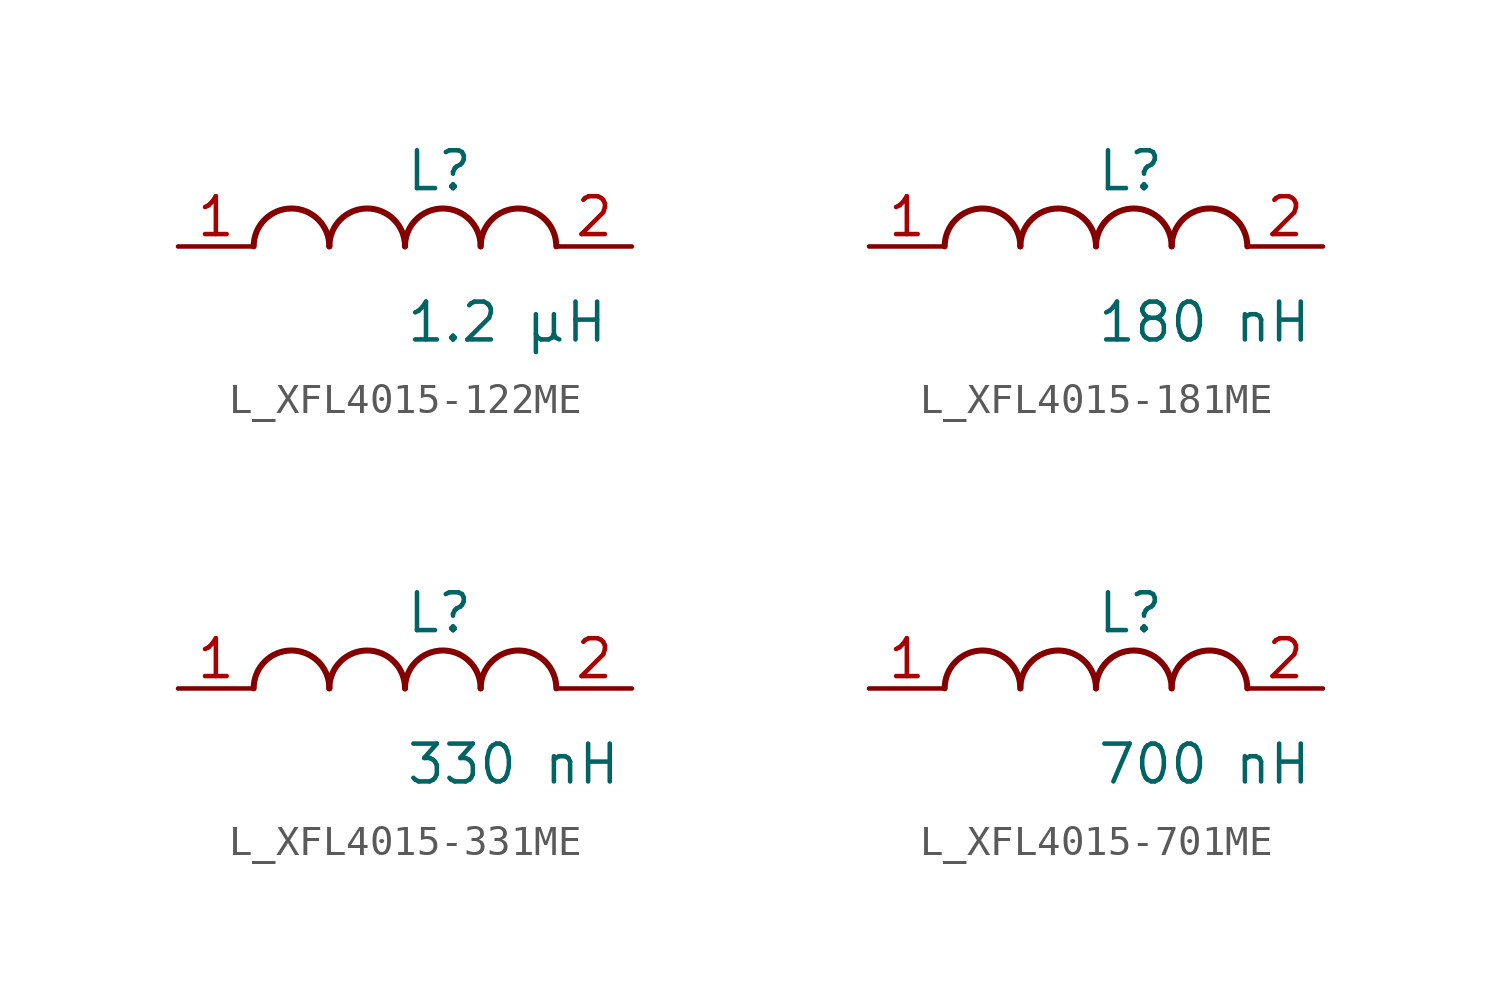
<source format=kicad_sym>
(kicad_symbol_lib
  (version 20231120)
  (generator kicad_symbol_editor)
  (generator_version 8.0)
  (symbol "L_XFL4015-122ME"
    (pin_names
      (offset 0.254))
    (property "Reference" "L"
      (at 0 2.54 0)
      (effects (font (size 1.27 1.27)) (justify left)))
    (property "Value" "1.2 µH"
      (at 0 -2.54 0)
      (effects (font (size 1.27 1.27)) (justify left)))
    (symbol "L_XFL4015-122ME_1_1"
      (arc (start -2.54 0.0056) (mid -3.81 1.27) (end -5.08 0.0056) (stroke (width 0.2032) (type default)) (fill (type none)))
      (arc (start 0 0.0056) (mid -1.27 1.27) (end -2.54 0.0056) (stroke (width 0.2032) (type default)) (fill (type none)))
      (arc (start 2.54 0.0056) (mid 1.27 1.27) (end 0 0.0056) (stroke (width 0.2032) (type default)) (fill (type none)))
      (arc (start 5.08 0.0056) (mid 3.81 1.27) (end 2.54 0.0056) (stroke (width 0.2032) (type default)) (fill (type none)))
      (pin unspecified line (at -7.62 0 0) (length 2.54) (name "" (effects (font (size 1.27 1.27)))) (number "1" (effects (font (size 1.27 1.27)))))
      (pin unspecified line (at 7.62 0 180) (length 2.54) (name "" (effects (font (size 1.27 1.27)))) (number "2" (effects (font (size 1.27 1.27)))))))
  (symbol "L_XFL4015-181ME"
    (pin_names
      (offset 0.254))
    (property "Reference" "L"
      (at 0 2.54 0)
      (effects (font (size 1.27 1.27)) (justify left)))
    (property "Value" "180 nH"
      (at 0 -2.54 0)
      (effects (font (size 1.27 1.27)) (justify left)))
    (symbol "L_XFL4015-181ME_1_1"
      (arc (start -2.54 0.0056) (mid -3.81 1.27) (end -5.08 0.0056) (stroke (width 0.2032) (type default)) (fill (type none)))
      (arc (start 0 0.0056) (mid -1.27 1.27) (end -2.54 0.0056) (stroke (width 0.2032) (type default)) (fill (type none)))
      (arc (start 2.54 0.0056) (mid 1.27 1.27) (end 0 0.0056) (stroke (width 0.2032) (type default)) (fill (type none)))
      (arc (start 5.08 0.0056) (mid 3.81 1.27) (end 2.54 0.0056) (stroke (width 0.2032) (type default)) (fill (type none)))
      (pin unspecified line (at -7.62 0 0) (length 2.54) (name "" (effects (font (size 1.27 1.27)))) (number "1" (effects (font (size 1.27 1.27)))))
      (pin unspecified line (at 7.62 0 180) (length 2.54) (name "" (effects (font (size 1.27 1.27)))) (number "2" (effects (font (size 1.27 1.27)))))))
  (symbol "L_XFL4015-331ME"
    (pin_names
      (offset 0.254))
    (property "Reference" "L"
      (at 0 2.54 0)
      (effects (font (size 1.27 1.27)) (justify left)))
    (property "Value" "330 nH"
      (at 0 -2.54 0)
      (effects (font (size 1.27 1.27)) (justify left)))
    (symbol "L_XFL4015-331ME_1_1"
      (arc (start -2.54 0.0056) (mid -3.81 1.27) (end -5.08 0.0056) (stroke (width 0.2032) (type default)) (fill (type none)))
      (arc (start 0 0.0056) (mid -1.27 1.27) (end -2.54 0.0056) (stroke (width 0.2032) (type default)) (fill (type none)))
      (arc (start 2.54 0.0056) (mid 1.27 1.27) (end 0 0.0056) (stroke (width 0.2032) (type default)) (fill (type none)))
      (arc (start 5.08 0.0056) (mid 3.81 1.27) (end 2.54 0.0056) (stroke (width 0.2032) (type default)) (fill (type none)))
      (pin unspecified line (at -7.62 0 0) (length 2.54) (name "" (effects (font (size 1.27 1.27)))) (number "1" (effects (font (size 1.27 1.27)))))
      (pin unspecified line (at 7.62 0 180) (length 2.54) (name "" (effects (font (size 1.27 1.27)))) (number "2" (effects (font (size 1.27 1.27)))))))
  (symbol "L_XFL4015-701ME"
    (pin_names
      (offset 0.254))
    (property "Reference" "L"
      (at 0 2.54 0)
      (effects (font (size 1.27 1.27)) (justify left)))
    (property "Value" "700 nH"
      (at 0 -2.54 0)
      (effects (font (size 1.27 1.27)) (justify left)))
    (symbol "L_XFL4015-701ME_1_1"
      (arc (start -2.54 0.0056) (mid -3.81 1.27) (end -5.08 0.0056) (stroke (width 0.2032) (type default)) (fill (type none)))
      (arc (start 0 0.0056) (mid -1.27 1.27) (end -2.54 0.0056) (stroke (width 0.2032) (type default)) (fill (type none)))
      (arc (start 2.54 0.0056) (mid 1.27 1.27) (end 0 0.0056) (stroke (width 0.2032) (type default)) (fill (type none)))
      (arc (start 5.08 0.0056) (mid 3.81 1.27) (end 2.54 0.0056) (stroke (width 0.2032) (type default)) (fill (type none)))
      (pin unspecified line (at -7.62 0 0) (length 2.54) (name "" (effects (font (size 1.27 1.27)))) (number "1" (effects (font (size 1.27 1.27)))))
      (pin unspecified line (at 7.62 0 180) (length 2.54) (name "" (effects (font (size 1.27 1.27)))) (number "2" (effects (font (size 1.27 1.27))))))))
</source>
